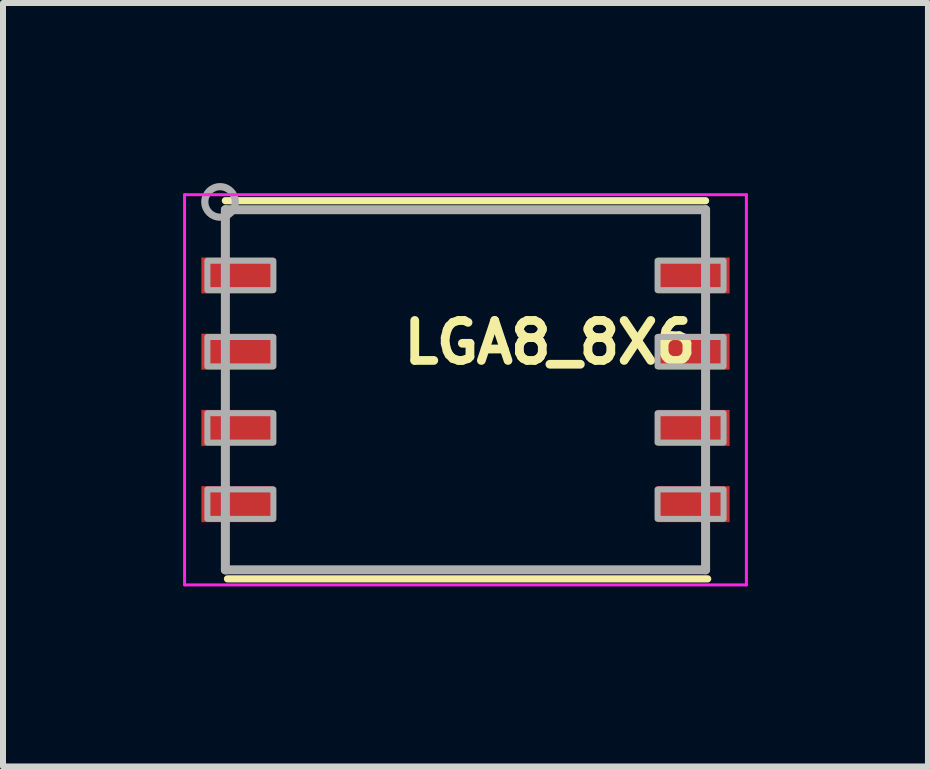
<source format=kicad_pcb>
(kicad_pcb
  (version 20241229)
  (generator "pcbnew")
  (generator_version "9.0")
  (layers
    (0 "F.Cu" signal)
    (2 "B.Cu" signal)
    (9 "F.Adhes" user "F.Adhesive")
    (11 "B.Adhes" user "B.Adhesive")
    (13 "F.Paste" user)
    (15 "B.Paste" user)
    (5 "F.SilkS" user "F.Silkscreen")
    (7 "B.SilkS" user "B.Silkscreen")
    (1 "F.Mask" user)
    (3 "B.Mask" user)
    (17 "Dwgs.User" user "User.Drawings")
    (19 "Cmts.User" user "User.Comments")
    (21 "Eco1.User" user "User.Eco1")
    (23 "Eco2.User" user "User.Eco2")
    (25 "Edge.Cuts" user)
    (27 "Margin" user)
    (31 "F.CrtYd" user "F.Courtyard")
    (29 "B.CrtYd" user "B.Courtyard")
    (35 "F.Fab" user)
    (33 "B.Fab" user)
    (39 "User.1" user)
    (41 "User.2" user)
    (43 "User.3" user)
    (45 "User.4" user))
  (footprint "LGA8_8X6"
    (layer "F.Cu")
    (at 4.705 3.444)
    (property "Reference" "LGA8_8X6" (at -1.1 -0.4 0) (layer "F.SilkS") (effects (font (size 0.666 0.666) (thickness 0.146)) (justify left bottom)))
    (attr smd)
    (fp_line (start -4 -3.15) (end 4 -3.15) (stroke (width 0.12) (type solid)) (layer "F.SilkS"))
    (fp_line (start 4.035 3.15) (end -3.965 3.15) (stroke (width 0.12) (type solid)) (layer "F.SilkS"))
    (fp_line (start -4.68 -3.25) (end -4.68 3.25) (stroke (width 0.05) (type solid)) (layer "F.CrtYd"))
    (fp_line (start -4.68 -3.25) (end 4.68 -3.25) (stroke (width 0.05) (type solid)) (layer "F.CrtYd"))
    (fp_line (start -4.68 3.25) (end 4.68 3.25) (stroke (width 0.05) (type solid)) (layer "F.CrtYd"))
    (fp_line (start 4.68 -3.25) (end 4.68 3.25) (stroke (width 0.05) (type solid)) (layer "F.CrtYd"))
    (fp_line (start -4 -3) (end 4 -3) (stroke (width 0.15) (type solid)) (layer "F.Fab"))
    (fp_line (start -4 3) (end -4 -3) (stroke (width 0.15) (type solid)) (layer "F.Fab"))
    (fp_line (start 4 -3) (end 4 3) (stroke (width 0.15) (type solid)) (layer "F.Fab"))
    (fp_line (start 4 3) (end -4 3) (stroke (width 0.15) (type solid)) (layer "F.Fab"))
    (fp_circle (center -4.089 -3.13) (end -3.835 -3.13) (stroke (width 0.12) (type solid)) (fill no) (layer "F.Fab"))
    (fp_poly (pts (xy -4.3 -2.15) (xy -4.3 -1.66) (xy -3.2 -1.66) (xy -3.2 -2.15)) (stroke (width 0.1) (type solid)) (fill no) (layer "F.Fab"))
    (fp_poly (pts (xy -4.3 -0.88) (xy -4.3 -0.39) (xy -3.2 -0.39) (xy -3.2 -0.88)) (stroke (width 0.1) (type solid)) (fill no) (layer "F.Fab"))
    (fp_poly (pts (xy -4.3 0.39) (xy -4.3 0.88) (xy -3.2 0.88) (xy -3.2 0.39)) (stroke (width 0.1) (type solid)) (fill no) (layer "F.Fab"))
    (fp_poly (pts (xy -4.3 1.66) (xy -4.3 2.15) (xy -3.2 2.15) (xy -3.2 1.66)) (stroke (width 0.1) (type solid)) (fill no) (layer "F.Fab"))
    (fp_poly (pts (xy 3.2 -2.15) (xy 3.2 -1.66) (xy 4.3 -1.66) (xy 4.3 -2.15)) (stroke (width 0.1) (type solid)) (fill no) (layer "F.Fab"))
    (fp_poly (pts (xy 3.2 -0.88) (xy 3.2 -0.39) (xy 4.3 -0.39) (xy 4.3 -0.88)) (stroke (width 0.1) (type solid)) (fill no) (layer "F.Fab"))
    (fp_poly (pts (xy 3.2 0.39) (xy 3.2 0.88) (xy 4.3 0.88) (xy 4.3 0.39)) (stroke (width 0.1) (type solid)) (fill no) (layer "F.Fab"))
    (fp_poly (pts (xy 3.2 1.66) (xy 3.2 2.15) (xy 4.3 2.15) (xy 4.3 1.66)) (stroke (width 0.1) (type solid)) (fill no) (layer "F.Fab"))
    (pad "1" smd rect (at -3.8 -1.905 270) (size 0.6 1.2) (layers "F.Cu" "F.Mask" "F.Paste"))
    (pad "2" smd rect (at -3.8 -0.635 270) (size 0.6 1.2) (layers "F.Cu" "F.Mask" "F.Paste"))
    (pad "3" smd rect (at -3.8 0.635 270) (size 0.6 1.2) (layers "F.Cu" "F.Mask" "F.Paste"))
    (pad "4" smd rect (at -3.8 1.905 270) (size 0.6 1.2) (layers "F.Cu" "F.Mask" "F.Paste"))
    (pad "5" smd rect (at 3.8 1.905 270) (size 0.6 1.2) (layers "F.Cu" "F.Mask" "F.Paste"))
    (pad "6" smd rect (at 3.8 0.635 270) (size 0.6 1.2) (layers "F.Cu" "F.Mask" "F.Paste"))
    (pad "7" smd rect (at 3.8 -0.635 270) (size 0.6 1.2) (layers "F.Cu" "F.Mask" "F.Paste"))
    (pad "8" smd rect (at 3.8 -1.905 270) (size 0.6 1.2) (layers "F.Cu" "F.Mask" "F.Paste")))
  (gr_rect
    (start -3 -3)
    (end 12.41 9.719)
    (stroke (width 0.1) (type default))
    (fill no)
    (layer "Edge.Cuts")))
</source>
